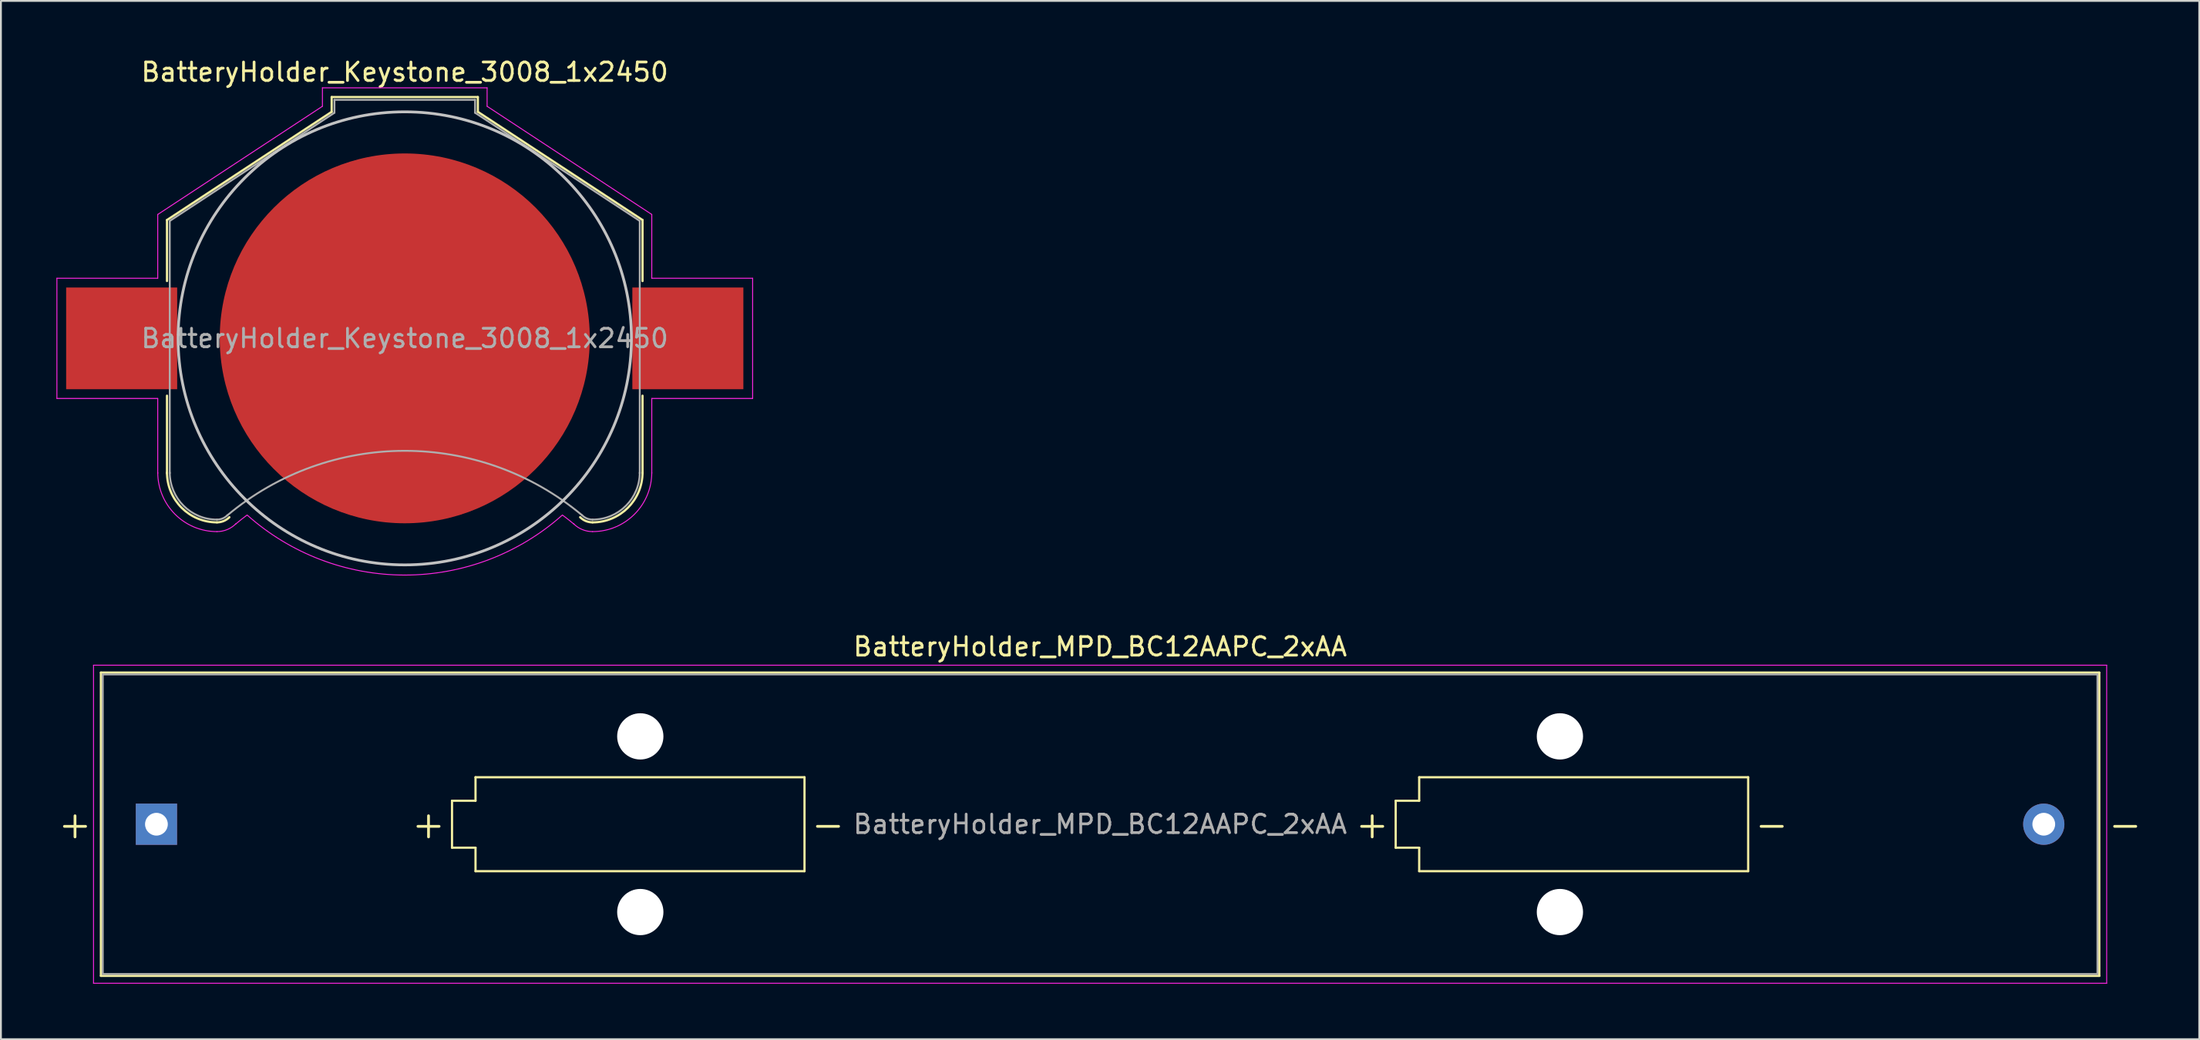
<source format=kicad_pcb>
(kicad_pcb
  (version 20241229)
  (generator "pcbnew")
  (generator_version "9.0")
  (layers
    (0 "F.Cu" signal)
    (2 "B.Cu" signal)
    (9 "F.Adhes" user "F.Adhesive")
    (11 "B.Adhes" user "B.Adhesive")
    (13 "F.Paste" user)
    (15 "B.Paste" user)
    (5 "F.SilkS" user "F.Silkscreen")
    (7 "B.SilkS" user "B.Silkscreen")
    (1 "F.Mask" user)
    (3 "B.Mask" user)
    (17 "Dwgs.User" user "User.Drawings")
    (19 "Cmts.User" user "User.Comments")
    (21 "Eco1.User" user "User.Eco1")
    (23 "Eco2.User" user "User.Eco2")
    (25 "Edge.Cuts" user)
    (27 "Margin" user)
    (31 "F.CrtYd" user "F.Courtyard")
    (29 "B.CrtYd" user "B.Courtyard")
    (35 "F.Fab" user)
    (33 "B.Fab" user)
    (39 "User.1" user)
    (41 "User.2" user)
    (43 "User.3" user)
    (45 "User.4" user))
  (footprint "BatteryHolder_MPD_BC12AAPC_2xAA"
    (layer "F.Cu")
    (at 5.404 41.522)
    (property "Reference" "BatteryHolder_MPD_BC12AAPC_2xAA" (at 51 -9.6 0) (layer "F.SilkS") (effects (font (size 1 1) (thickness 0.15))))
    (attr through_hole)
    (fp_line (start -3 -8.2) (end -3 8.2) (stroke (width 0.12) (type solid)) (layer "F.SilkS"))
    (fp_line (start -3 8.2) (end 105 8.2) (stroke (width 0.12) (type solid)) (layer "F.SilkS"))
    (fp_line (start 15.975 -1.27) (end 17.245 -1.27) (stroke (width 0.12) (type solid)) (layer "F.SilkS"))
    (fp_line (start 15.975 1.27) (end 15.975 -1.27) (stroke (width 0.12) (type solid)) (layer "F.SilkS"))
    (fp_line (start 17.245 -2.54) (end 35.025 -2.54) (stroke (width 0.12) (type solid)) (layer "F.SilkS"))
    (fp_line (start 17.245 -1.27) (end 17.245 -2.54) (stroke (width 0.12) (type solid)) (layer "F.SilkS"))
    (fp_line (start 17.245 1.27) (end 15.975 1.27) (stroke (width 0.12) (type solid)) (layer "F.SilkS"))
    (fp_line (start 17.245 2.54) (end 17.245 1.27) (stroke (width 0.12) (type solid)) (layer "F.SilkS"))
    (fp_line (start 35.025 -2.54) (end 35.025 2.54) (stroke (width 0.12) (type solid)) (layer "F.SilkS"))
    (fp_line (start 35.025 2.54) (end 17.245 2.54) (stroke (width 0.12) (type solid)) (layer "F.SilkS"))
    (fp_line (start 66.975 -1.27) (end 68.245 -1.27) (stroke (width 0.12) (type solid)) (layer "F.SilkS"))
    (fp_line (start 66.975 1.27) (end 66.975 -1.27) (stroke (width 0.12) (type solid)) (layer "F.SilkS"))
    (fp_line (start 68.245 -2.54) (end 86.025 -2.54) (stroke (width 0.12) (type solid)) (layer "F.SilkS"))
    (fp_line (start 68.245 -1.27) (end 68.245 -2.54) (stroke (width 0.12) (type solid)) (layer "F.SilkS"))
    (fp_line (start 68.245 1.27) (end 66.975 1.27) (stroke (width 0.12) (type solid)) (layer "F.SilkS"))
    (fp_line (start 68.245 2.54) (end 68.245 1.27) (stroke (width 0.12) (type solid)) (layer "F.SilkS"))
    (fp_line (start 86.025 -2.54) (end 86.025 2.54) (stroke (width 0.12) (type solid)) (layer "F.SilkS"))
    (fp_line (start 86.025 2.54) (end 68.245 2.54) (stroke (width 0.12) (type solid)) (layer "F.SilkS"))
    (fp_line (start 105 -8.2) (end -3 -8.2) (stroke (width 0.12) (type solid)) (layer "F.SilkS"))
    (fp_line (start 105 8.2) (end 105 -8.2) (stroke (width 0.12) (type solid)) (layer "F.SilkS"))
    (fp_line (start -3.4 -8.6) (end -3.4 8.6) (stroke (width 0.05) (type solid)) (layer "F.CrtYd"))
    (fp_line (start -3.4 8.6) (end 105.4 8.6) (stroke (width 0.05) (type solid)) (layer "F.CrtYd"))
    (fp_line (start 105.4 -8.6) (end -3.4 -8.6) (stroke (width 0.05) (type solid)) (layer "F.CrtYd"))
    (fp_line (start 105.4 8.6) (end 105.4 -8.6) (stroke (width 0.05) (type solid)) (layer "F.CrtYd"))
    (fp_line (start -2.9 -8.1) (end -2.9 8.1) (stroke (width 0.1) (type solid)) (layer "F.Fab"))
    (fp_line (start -2.9 8.1) (end 104.9 8.1) (stroke (width 0.1) (type solid)) (layer "F.Fab"))
    (fp_line (start 104.9 -8.1) (end -2.9 -8.1) (stroke (width 0.1) (type solid)) (layer "F.Fab"))
    (fp_line (start 104.9 8.1) (end 104.9 -8.1) (stroke (width 0.1) (type solid)) (layer "F.Fab"))
    (fp_text user "-" (at 36.295 0 0) (layer "F.SilkS") (effects (font (size 1.5 1.5) (thickness 0.15))))
    (fp_text user "-" (at 87.295 0 0) (layer "F.SilkS") (effects (font (size 1.5 1.5) (thickness 0.15))))
    (fp_text user "-" (at 106.4 0 0) (layer "F.SilkS") (effects (font (size 1.5 1.5) (thickness 0.15))))
    (fp_text user "+" (at 65.705 0 0) (layer "F.SilkS") (effects (font (size 1.5 1.5) (thickness 0.15))))
    (fp_text user "+" (at -4.4 0 0) (layer "F.SilkS") (effects (font (size 1.5 1.5) (thickness 0.15))))
    (fp_text user "+" (at 14.705 0 0) (layer "F.SilkS") (effects (font (size 1.5 1.5) (thickness 0.15))))
    (fp_text user "${REFERENCE}" (at 51 0 0) (layer "F.Fab") (effects (font (size 1 1) (thickness 0.15))))
    (pad "" np_thru_hole circle (at 26.15 -4.75) (size 2.5 2.5) (drill 2.5) (layers "*.Cu" "*.Mask"))
    (pad "" np_thru_hole circle (at 26.15 4.75) (size 2.5 2.5) (drill 2.5) (layers "*.Cu" "*.Mask"))
    (pad "" np_thru_hole circle (at 75.85 -4.75) (size 2.5 2.5) (drill 2.5) (layers "*.Cu" "*.Mask"))
    (pad "" np_thru_hole circle (at 75.85 4.75) (size 2.5 2.5) (drill 2.5) (layers "*.Cu" "*.Mask"))
    (pad "1" thru_hole rect (at 0 0) (size 2.23 2.23) (drill 1.23) (layers "*.Cu" "*.Mask"))
    (pad "2" thru_hole circle (at 102 0) (size 2.23 2.23) (drill 1.23) (layers "*.Cu" "*.Mask")))
  (footprint "BatteryHolder_Keystone_3008_1x2450"
    (layer "F.Cu")
    (at 18.825 15.248)
    (property "Reference" "BatteryHolder_Keystone_3008_1x2450" (at 0 -14.4 0) (layer "F.SilkS") (effects (font (size 1 1) (thickness 0.15))))
    (attr smd)
    (fp_line (start -12.85 -6.4) (end -12.85 -3.1) (stroke (width 0.12) (type solid)) (layer "F.SilkS"))
    (fp_line (start -12.85 3.1) (end -12.85 7.3) (stroke (width 0.12) (type solid)) (layer "F.SilkS"))
    (fp_line (start -3.95 -13.05) (end -3.95 -12.25) (stroke (width 0.12) (type solid)) (layer "F.SilkS"))
    (fp_line (start -3.95 -13.05) (end 3.95 -13.05) (stroke (width 0.12) (type solid)) (layer "F.SilkS"))
    (fp_line (start -3.95 -12.25) (end -12.85 -6.4) (stroke (width 0.12) (type solid)) (layer "F.SilkS"))
    (fp_line (start 3.95 -13.05) (end 3.95 -12.25) (stroke (width 0.12) (type solid)) (layer "F.SilkS"))
    (fp_line (start 3.95 -12.25) (end 12.85 -6.4) (stroke (width 0.12) (type solid)) (layer "F.SilkS"))
    (fp_line (start 12.85 -6.4) (end 12.85 -3.1) (stroke (width 0.12) (type solid)) (layer "F.SilkS"))
    (fp_line (start 12.85 3.1) (end 12.85 7.3) (stroke (width 0.12) (type solid)) (layer "F.SilkS"))
    (fp_arc (start -10.15 9.95) (mid -12.059188 9.159188) (end -12.85 7.25) (stroke (width 0.12) (type solid)) (layer "F.SilkS"))
    (fp_arc (start -9.478249 9.671751) (mid -9.786451 9.877685) (end -10.15 9.95) (stroke (width 0.12) (type solid)) (layer "F.SilkS"))
    (fp_arc (start 10.15 9.95) (mid 9.786451 9.877686) (end 9.478249 9.671751) (stroke (width 0.12) (type solid)) (layer "F.SilkS"))
    (fp_arc (start 12.85 7.25) (mid 12.059188 9.159188) (end 10.15 9.95) (stroke (width 0.12) (type solid)) (layer "F.SilkS"))
    (fp_circle (center 0 0) (end 12.25 0) (stroke (width 0.15) (type solid)) (fill no) (layer "Dwgs.User"))
    (fp_line (start -18.8 -3.25) (end -18.8 3.25) (stroke (width 0.05) (type solid)) (layer "F.CrtYd"))
    (fp_line (start -18.8 3.25) (end -13.35 3.25) (stroke (width 0.05) (type solid)) (layer "F.CrtYd"))
    (fp_line (start -13.35 -6.7) (end -13.35 -3.25) (stroke (width 0.05) (type solid)) (layer "F.CrtYd"))
    (fp_line (start -13.35 -3.25) (end -18.8 -3.25) (stroke (width 0.05) (type solid)) (layer "F.CrtYd"))
    (fp_line (start -13.35 3.25) (end -13.35 7.3) (stroke (width 0.05) (type solid)) (layer "F.CrtYd"))
    (fp_line (start -4.45 -13.55) (end -4.45 -12.55) (stroke (width 0.05) (type solid)) (layer "F.CrtYd"))
    (fp_line (start -4.45 -13.55) (end 4.45 -13.55) (stroke (width 0.05) (type solid)) (layer "F.CrtYd"))
    (fp_line (start -4.45 -12.55) (end -13.35 -6.7) (stroke (width 0.05) (type solid)) (layer "F.CrtYd"))
    (fp_line (start 4.45 -13.55) (end 4.45 -12.55) (stroke (width 0.05) (type solid)) (layer "F.CrtYd"))
    (fp_line (start 4.45 -12.55) (end 13.35 -6.7) (stroke (width 0.05) (type solid)) (layer "F.CrtYd"))
    (fp_line (start 13.35 -6.7) (end 13.35 -3.25) (stroke (width 0.05) (type solid)) (layer "F.CrtYd"))
    (fp_line (start 13.35 -3.25) (end 18.8 -3.25) (stroke (width 0.05) (type solid)) (layer "F.CrtYd"))
    (fp_line (start 13.35 3.25) (end 13.35 7.3) (stroke (width 0.05) (type solid)) (layer "F.CrtYd"))
    (fp_line (start 18.8 -3.25) (end 18.8 3.25) (stroke (width 0.05) (type solid)) (layer "F.CrtYd"))
    (fp_line (start 18.8 3.25) (end 13.35 3.25) (stroke (width 0.05) (type solid)) (layer "F.CrtYd"))
    (fp_arc (start -10.15 10.45) (mid -12.412742 9.512742) (end -13.35 7.25) (stroke (width 0.05) (type solid)) (layer "F.CrtYd"))
    (fp_arc (start -9.15 10.05) (mid -8.840691 9.798786) (end -8.524488 9.556307) (stroke (width 0.05) (type solid)) (layer "F.CrtYd"))
    (fp_arc (start -9.124695 10.025305) (mid -9.595109 10.339626) (end -10.15 10.45) (stroke (width 0.05) (type solid)) (layer "F.CrtYd"))
    (fp_arc (start 0 12.8) (mid -4.55581 11.961797) (end -8.514949 9.556969) (stroke (width 0.05) (type solid)) (layer "F.CrtYd"))
    (fp_arc (start 8.514949 9.556969) (mid 4.55581 11.961798) (end 0 12.8) (stroke (width 0.05) (type solid)) (layer "F.CrtYd"))
    (fp_arc (start 8.524488 9.556307) (mid 8.840691 9.798786) (end 9.15 10.05) (stroke (width 0.05) (type solid)) (layer "F.CrtYd"))
    (fp_arc (start 10.15 10.45) (mid 9.595109 10.339625) (end 9.124695 10.025305) (stroke (width 0.05) (type solid)) (layer "F.CrtYd"))
    (fp_arc (start 13.35 7.25) (mid 12.412742 9.512742) (end 10.15 10.45) (stroke (width 0.05) (type solid)) (layer "F.CrtYd"))
    (fp_line (start -12.7 -6.35) (end -12.7 7.3) (stroke (width 0.1) (type solid)) (layer "F.Fab"))
    (fp_line (start -3.8 -12.9) (end -3.8 -12.2) (stroke (width 0.1) (type solid)) (layer "F.Fab"))
    (fp_line (start -3.8 -12.9) (end 3.8 -12.9) (stroke (width 0.1) (type solid)) (layer "F.Fab"))
    (fp_line (start -3.8 -12.2) (end -12.7 -6.35) (stroke (width 0.1) (type solid)) (layer "F.Fab"))
    (fp_line (start 3.8 -12.9) (end 3.8 -12.2) (stroke (width 0.1) (type solid)) (layer "F.Fab"))
    (fp_line (start 3.8 -12.2) (end 12.7 -6.35) (stroke (width 0.1) (type solid)) (layer "F.Fab"))
    (fp_line (start 12.7 -6.35) (end 12.7 7.3) (stroke (width 0.1) (type solid)) (layer "F.Fab"))
    (fp_arc (start -10.15 9.8) (mid -11.953122 9.053122) (end -12.7 7.25) (stroke (width 0.1) (type solid)) (layer "F.Fab"))
    (fp_arc (start -9.6 9.58) (mid -0.013392 6.081011) (end 9.579482 9.562783) (stroke (width 0.1) (type solid)) (layer "F.Fab"))
    (fp_arc (start -9.584315 9.565685) (mid -9.843853 9.739103) (end -10.15 9.8) (stroke (width 0.1) (type solid)) (layer "F.Fab"))
    (fp_arc (start 10.15 9.8) (mid 9.843853 9.739104) (end 9.584315 9.565685) (stroke (width 0.1) (type solid)) (layer "F.Fab"))
    (fp_arc (start 12.7 7.25) (mid 11.953122 9.053122) (end 10.15 9.8) (stroke (width 0.1) (type solid)) (layer "F.Fab"))
    (fp_text user "${REFERENCE}" (at 0 0 0) (layer "F.Fab") (effects (font (size 1 1) (thickness 0.15))))
    (pad "1" smd rect (at -15.3 0) (size 6 5.5) (layers "F.Cu" "F.Mask" "F.Paste"))
    (pad "1" smd rect (at 15.3 0) (size 6 5.5) (layers "F.Cu" "F.Mask" "F.Paste"))
    (pad "2" smd circle (at 0 0) (size 20 20) (layers "F.Cu" "F.Mask")))
  (gr_rect
    (start -3 -3)
    (end 115.807 53.147)
    (stroke (width 0.1) (type default))
    (fill no)
    (layer "Edge.Cuts")))
</source>
